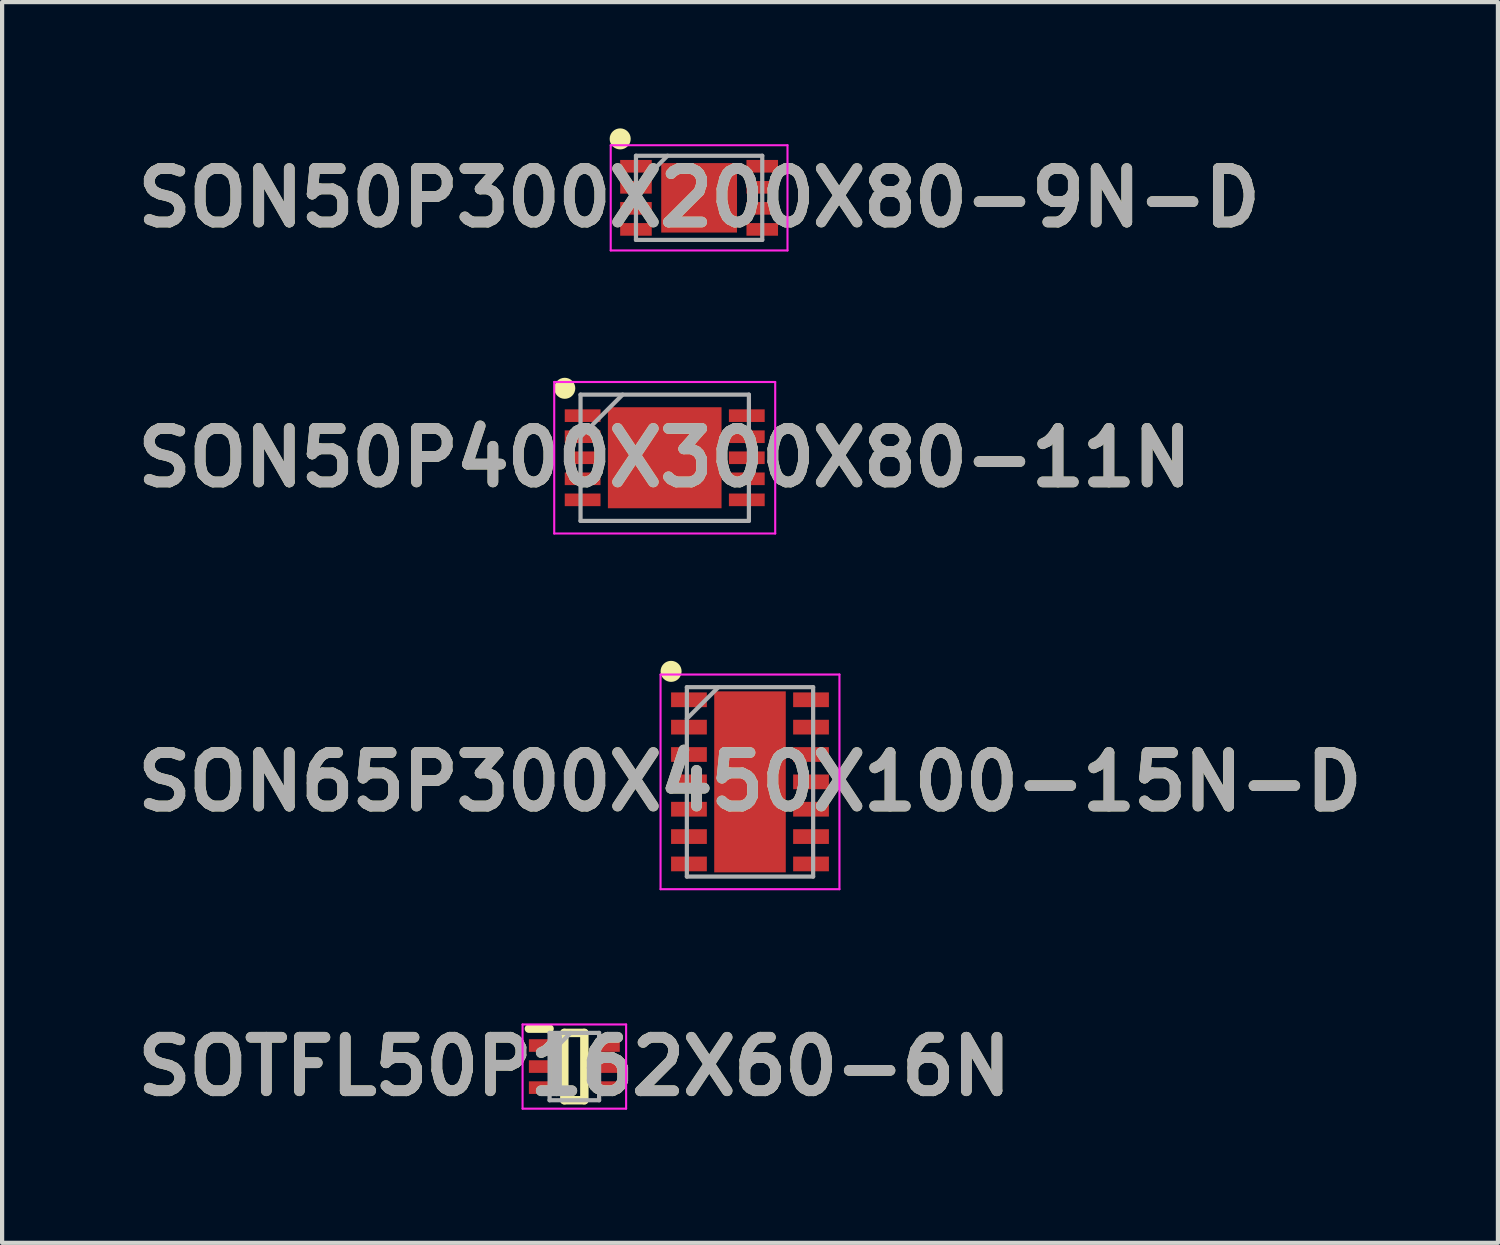
<source format=kicad_pcb>
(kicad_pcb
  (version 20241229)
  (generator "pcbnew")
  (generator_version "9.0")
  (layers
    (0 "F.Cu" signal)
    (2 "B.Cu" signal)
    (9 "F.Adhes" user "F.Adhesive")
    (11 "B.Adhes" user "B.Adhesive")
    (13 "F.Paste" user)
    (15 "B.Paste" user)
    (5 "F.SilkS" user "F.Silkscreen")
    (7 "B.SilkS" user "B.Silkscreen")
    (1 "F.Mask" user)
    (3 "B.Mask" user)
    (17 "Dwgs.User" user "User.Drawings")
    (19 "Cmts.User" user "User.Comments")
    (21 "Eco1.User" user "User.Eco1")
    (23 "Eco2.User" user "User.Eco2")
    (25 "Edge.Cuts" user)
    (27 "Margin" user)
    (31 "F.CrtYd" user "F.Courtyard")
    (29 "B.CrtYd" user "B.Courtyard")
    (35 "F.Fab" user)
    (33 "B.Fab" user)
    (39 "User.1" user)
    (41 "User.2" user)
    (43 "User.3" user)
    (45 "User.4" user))
  (footprint "SON50P400X300X80-11N"
    (layer "F.Cu")
    (at 12.742 7.825)
    (property "Reference" "SON50P400X300X80-11N" (at 0 0 0) (layer "F.SilkS") (effects (font (size 1.27 1.27) (thickness 0.254))))
    (attr smd)
    (fp_circle (center -2.375 -1.65) (end -2.375 -1.525) (stroke (width 0.25) (type solid)) (fill no) (layer "F.SilkS"))
    (fp_line (start -2.625 -1.8) (end 2.625 -1.8) (stroke (width 0.05) (type solid)) (layer "F.CrtYd"))
    (fp_line (start -2.625 1.8) (end -2.625 -1.8) (stroke (width 0.05) (type solid)) (layer "F.CrtYd"))
    (fp_line (start 2.625 -1.8) (end 2.625 1.8) (stroke (width 0.05) (type solid)) (layer "F.CrtYd"))
    (fp_line (start 2.625 1.8) (end -2.625 1.8) (stroke (width 0.05) (type solid)) (layer "F.CrtYd"))
    (fp_line (start -2 -1.5) (end 2 -1.5) (stroke (width 0.1) (type solid)) (layer "F.Fab"))
    (fp_line (start -2 -0.5) (end -1 -1.5) (stroke (width 0.1) (type solid)) (layer "F.Fab"))
    (fp_line (start -2 1.5) (end -2 -1.5) (stroke (width 0.1) (type solid)) (layer "F.Fab"))
    (fp_line (start 2 -1.5) (end 2 1.5) (stroke (width 0.1) (type solid)) (layer "F.Fab"))
    (fp_line (start 2 1.5) (end -2 1.5) (stroke (width 0.1) (type solid)) (layer "F.Fab"))
    (fp_text user "${REFERENCE}" (at 0 0 0) (layer "F.Fab") (effects (font (size 1.27 1.27) (thickness 0.254))))
    (pad "1" smd rect (at -1.95 -1 90) (size 0.3 0.85) (layers "F.Cu" "F.Mask" "F.Paste"))
    (pad "2" smd rect (at -1.95 -0.5 90) (size 0.3 0.85) (layers "F.Cu" "F.Mask" "F.Paste"))
    (pad "3" smd rect (at -1.95 0 90) (size 0.3 0.85) (layers "F.Cu" "F.Mask" "F.Paste"))
    (pad "4" smd rect (at -1.95 0.5 90) (size 0.3 0.85) (layers "F.Cu" "F.Mask" "F.Paste"))
    (pad "5" smd rect (at -1.95 1 90) (size 0.3 0.85) (layers "F.Cu" "F.Mask" "F.Paste"))
    (pad "6" smd rect (at 1.95 1 90) (size 0.3 0.85) (layers "F.Cu" "F.Mask" "F.Paste"))
    (pad "7" smd rect (at 1.95 0.5 90) (size 0.3 0.85) (layers "F.Cu" "F.Mask" "F.Paste"))
    (pad "8" smd rect (at 1.95 0 90) (size 0.3 0.85) (layers "F.Cu" "F.Mask" "F.Paste"))
    (pad "9" smd rect (at 1.95 -0.5 90) (size 0.3 0.85) (layers "F.Cu" "F.Mask" "F.Paste"))
    (pad "10" smd rect (at 1.95 -1 90) (size 0.3 0.85) (layers "F.Cu" "F.Mask" "F.Paste"))
    (pad "11" smd rect (at 0 0 90) (size 2.4 2.7) (layers "F.Cu" "F.Mask" "F.Paste")))
  (footprint "SON65P300X450X100-15N-D"
    (layer "F.Cu")
    (at 14.768 15.525)
    (property "Reference" "SON65P300X450X100-15N-D" (at 0 0 0) (layer "F.SilkS") (effects (font (size 1.27 1.27) (thickness 0.254))))
    (attr smd)
    (fp_circle (center -1.875 -2.625) (end -1.875 -2.5) (stroke (width 0.25) (type solid)) (fill no) (layer "F.SilkS"))
    (fp_line (start -2.125 -2.55) (end 2.125 -2.55) (stroke (width 0.05) (type solid)) (layer "F.CrtYd"))
    (fp_line (start -2.125 2.55) (end -2.125 -2.55) (stroke (width 0.05) (type solid)) (layer "F.CrtYd"))
    (fp_line (start 2.125 -2.55) (end 2.125 2.55) (stroke (width 0.05) (type solid)) (layer "F.CrtYd"))
    (fp_line (start 2.125 2.55) (end -2.125 2.55) (stroke (width 0.05) (type solid)) (layer "F.CrtYd"))
    (fp_line (start -1.5 -2.25) (end 1.5 -2.25) (stroke (width 0.1) (type solid)) (layer "F.Fab"))
    (fp_line (start -1.5 -1.5) (end -0.75 -2.25) (stroke (width 0.1) (type solid)) (layer "F.Fab"))
    (fp_line (start -1.5 2.25) (end -1.5 -2.25) (stroke (width 0.1) (type solid)) (layer "F.Fab"))
    (fp_line (start 1.5 -2.25) (end 1.5 2.25) (stroke (width 0.1) (type solid)) (layer "F.Fab"))
    (fp_line (start 1.5 2.25) (end -1.5 2.25) (stroke (width 0.1) (type solid)) (layer "F.Fab"))
    (fp_text user "${REFERENCE}" (at 0 0 0) (layer "F.Fab") (effects (font (size 1.27 1.27) (thickness 0.254))))
    (pad "1" smd rect (at -1.45 -1.95 90) (size 0.35 0.85) (layers "F.Cu" "F.Mask" "F.Paste"))
    (pad "2" smd rect (at -1.45 -1.3 90) (size 0.35 0.85) (layers "F.Cu" "F.Mask" "F.Paste"))
    (pad "3" smd rect (at -1.45 -0.65 90) (size 0.35 0.85) (layers "F.Cu" "F.Mask" "F.Paste"))
    (pad "4" smd rect (at -1.45 0 90) (size 0.35 0.85) (layers "F.Cu" "F.Mask" "F.Paste"))
    (pad "5" smd rect (at -1.45 0.65 90) (size 0.35 0.85) (layers "F.Cu" "F.Mask" "F.Paste"))
    (pad "6" smd rect (at -1.45 1.3 90) (size 0.35 0.85) (layers "F.Cu" "F.Mask" "F.Paste"))
    (pad "7" smd rect (at -1.45 1.95 90) (size 0.35 0.85) (layers "F.Cu" "F.Mask" "F.Paste"))
    (pad "8" smd rect (at 1.45 1.95 90) (size 0.35 0.85) (layers "F.Cu" "F.Mask" "F.Paste"))
    (pad "9" smd rect (at 1.45 1.3 90) (size 0.35 0.85) (layers "F.Cu" "F.Mask" "F.Paste"))
    (pad "10" smd rect (at 1.45 0.65 90) (size 0.35 0.85) (layers "F.Cu" "F.Mask" "F.Paste"))
    (pad "11" smd rect (at 1.45 0 90) (size 0.35 0.85) (layers "F.Cu" "F.Mask" "F.Paste"))
    (pad "12" smd rect (at 1.45 -0.65 90) (size 0.35 0.85) (layers "F.Cu" "F.Mask" "F.Paste"))
    (pad "13" smd rect (at 1.45 -1.3 90) (size 0.35 0.85) (layers "F.Cu" "F.Mask" "F.Paste"))
    (pad "14" smd rect (at 1.45 -1.95 90) (size 0.35 0.85) (layers "F.Cu" "F.Mask" "F.Paste"))
    (pad "15" smd rect (at 0 0) (size 1.7 4.3) (layers "F.Cu" "F.Mask" "F.Paste")))
  (footprint "SOTFL50P162X60-6N"
    (layer "F.Cu")
    (at 10.595 22.289)
    (property "Reference" "SOTFL50P162X60-6N" (at 0 0 0) (layer "F.SilkS") (effects (font (size 1.27 1.27) (thickness 0.254))))
    (attr smd)
    (fp_line (start -1.08 -0.9) (end -0.588 -0.9) (stroke (width 0.2) (type solid)) (layer "F.SilkS"))
    (fp_line (start -0.238 -0.8) (end 0.238 -0.8) (stroke (width 0.2) (type solid)) (layer "F.SilkS"))
    (fp_line (start -0.238 0.8) (end -0.238 -0.8) (stroke (width 0.2) (type solid)) (layer "F.SilkS"))
    (fp_line (start 0.238 -0.8) (end 0.238 0.8) (stroke (width 0.2) (type solid)) (layer "F.SilkS"))
    (fp_line (start 0.238 0.8) (end -0.238 0.8) (stroke (width 0.2) (type solid)) (layer "F.SilkS"))
    (fp_line (start -1.23 -1) (end 1.23 -1) (stroke (width 0.05) (type solid)) (layer "F.CrtYd"))
    (fp_line (start -1.23 1) (end -1.23 -1) (stroke (width 0.05) (type solid)) (layer "F.CrtYd"))
    (fp_line (start 1.23 -1) (end 1.23 1) (stroke (width 0.05) (type solid)) (layer "F.CrtYd"))
    (fp_line (start 1.23 1) (end -1.23 1) (stroke (width 0.05) (type solid)) (layer "F.CrtYd"))
    (fp_line (start -0.588 -0.8) (end 0.588 -0.8) (stroke (width 0.1) (type solid)) (layer "F.Fab"))
    (fp_line (start -0.588 -0.3) (end -0.088 -0.8) (stroke (width 0.1) (type solid)) (layer "F.Fab"))
    (fp_line (start -0.588 0.8) (end -0.588 -0.8) (stroke (width 0.1) (type solid)) (layer "F.Fab"))
    (fp_line (start 0.588 -0.8) (end 0.588 0.8) (stroke (width 0.1) (type solid)) (layer "F.Fab"))
    (fp_line (start 0.588 0.8) (end -0.588 0.8) (stroke (width 0.1) (type solid)) (layer "F.Fab"))
    (fp_text user "${REFERENCE}" (at 0 0 0) (layer "F.Fab") (effects (font (size 1.27 1.27) (thickness 0.254))))
    (pad "1" smd rect (at -0.834 -0.5 90) (size 0.3 0.492) (layers "F.Cu" "F.Mask" "F.Paste"))
    (pad "2" smd rect (at -0.834 0 90) (size 0.3 0.492) (layers "F.Cu" "F.Mask" "F.Paste"))
    (pad "3" smd rect (at -0.834 0.5 90) (size 0.3 0.492) (layers "F.Cu" "F.Mask" "F.Paste"))
    (pad "4" smd rect (at 0.834 0.5 90) (size 0.3 0.492) (layers "F.Cu" "F.Mask" "F.Paste"))
    (pad "5" smd rect (at 0.834 0 90) (size 0.3 0.492) (layers "F.Cu" "F.Mask" "F.Paste"))
    (pad "6" smd rect (at 0.834 -0.5 90) (size 0.3 0.492) (layers "F.Cu" "F.Mask" "F.Paste")))
  (footprint "SON50P300X200X80-9N-D"
    (layer "F.Cu")
    (at 13.559 1.65)
    (property "Reference" "SON50P300X200X80-9N-D" (at 0 0 0) (layer "F.SilkS") (effects (font (size 1.27 1.27) (thickness 0.254))))
    (attr smd)
    (fp_circle (center -1.875 -1.4) (end -1.875 -1.275) (stroke (width 0.25) (type solid)) (fill no) (layer "F.SilkS"))
    (fp_line (start -2.1 -1.25) (end 2.1 -1.25) (stroke (width 0.05) (type solid)) (layer "F.CrtYd"))
    (fp_line (start -2.1 1.25) (end -2.1 -1.25) (stroke (width 0.05) (type solid)) (layer "F.CrtYd"))
    (fp_line (start 2.1 -1.25) (end 2.1 1.25) (stroke (width 0.05) (type solid)) (layer "F.CrtYd"))
    (fp_line (start 2.1 1.25) (end -2.1 1.25) (stroke (width 0.05) (type solid)) (layer "F.CrtYd"))
    (fp_line (start -1.5 -1) (end 1.5 -1) (stroke (width 0.1) (type solid)) (layer "F.Fab"))
    (fp_line (start -1.5 -0.25) (end -0.75 -1) (stroke (width 0.1) (type solid)) (layer "F.Fab"))
    (fp_line (start -1.5 1) (end -1.5 -1) (stroke (width 0.1) (type solid)) (layer "F.Fab"))
    (fp_line (start 1.5 -1) (end 1.5 1) (stroke (width 0.1) (type solid)) (layer "F.Fab"))
    (fp_line (start 1.5 1) (end -1.5 1) (stroke (width 0.1) (type solid)) (layer "F.Fab"))
    (fp_text user "${REFERENCE}" (at 0 0 0) (layer "F.Fab") (effects (font (size 1.27 1.27) (thickness 0.254))))
    (pad "1" smd rect (at -1.5 -0.75 90) (size 0.3 0.75) (layers "F.Cu" "F.Mask" "F.Paste"))
    (pad "2" smd rect (at -1.5 -0.25 90) (size 0.3 0.75) (layers "F.Cu" "F.Mask" "F.Paste"))
    (pad "3" smd rect (at -1.5 0.25 90) (size 0.3 0.75) (layers "F.Cu" "F.Mask" "F.Paste"))
    (pad "4" smd rect (at -1.5 0.75 90) (size 0.3 0.75) (layers "F.Cu" "F.Mask" "F.Paste"))
    (pad "5" smd rect (at 1.5 0.75 90) (size 0.3 0.75) (layers "F.Cu" "F.Mask" "F.Paste"))
    (pad "6" smd rect (at 1.5 0.25 90) (size 0.3 0.75) (layers "F.Cu" "F.Mask" "F.Paste"))
    (pad "7" smd rect (at 1.5 -0.25 90) (size 0.3 0.75) (layers "F.Cu" "F.Mask" "F.Paste"))
    (pad "8" smd rect (at 1.5 -0.75 90) (size 0.3 0.75) (layers "F.Cu" "F.Mask" "F.Paste"))
    (pad "9" smd rect (at 0 0 90) (size 1.65 1.8) (layers "F.Cu" "F.Mask" "F.Paste")))
  (gr_rect
    (start -3 -3)
    (end 32.537 26.477)
    (stroke (width 0.1) (type default))
    (fill no)
    (layer "Edge.Cuts")))
</source>
